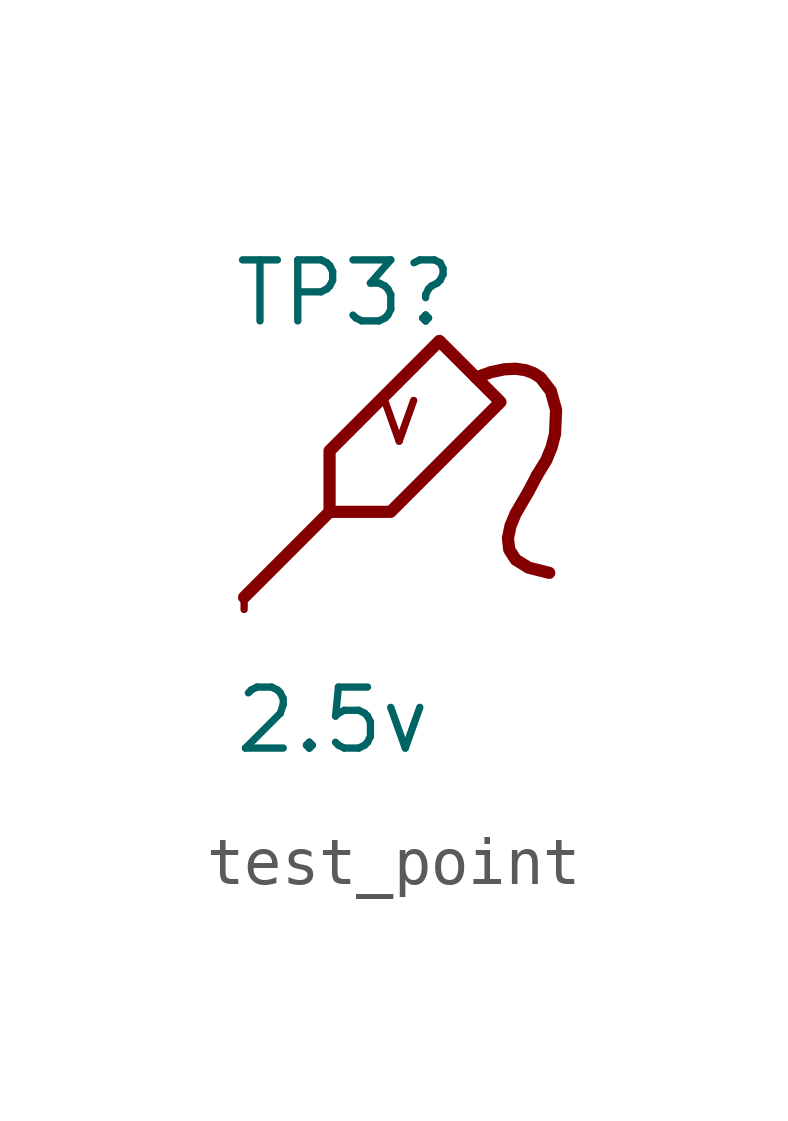
<source format=kicad_sym>
(kicad_symbol_lib
  (version 20241209)
  (generator "kicad_symbol_editor")
  (generator_version "9.0")
  (symbol "test_point"
    (property "Reference" "TP3"
      (at -0.254 5.842 0)
      (effects (font (size 1.27 1.27)) (justify left bottom)))
    (property "Value" "2.5v"
      (at -0.254 -3.048 0)
      (effects (font (size 1.27 1.27)) (justify left bottom)))
    (symbol "test_point_1_0"
      (polyline (pts (xy 0 0.254) (xy 1.778 2.032)) (stroke (width 0.254) (type default)) (fill (type none)))
      (polyline (pts (xy 1.778 3.302) (xy 1.778 2.032) (xy 3.048 2.032) (xy 5.334 4.318) (xy 4.064 5.588) (xy 1.778 3.302)) (stroke (width 0.254) (type default)) (fill (type none)))
      (bezier (pts (xy 4.826 4.826) (xy 6.604 5.588) (xy 6.858 3.81) (xy 6.096 2.794)) (stroke (width 0.254) (type default)) (fill (type none)))
      (bezier (pts (xy 6.096 2.794) (xy 6.096 2.54) (xy 4.572 1.016) (xy 6.35 0.762)) (stroke (width 0.254) (type default)) (fill (type none)))
      (text "v" (at 3.81 4.826 0) (effects (font (size 1.27 1.27)) (justify right top)))
      (pin passive line (at 0 0 90) (length 0.254) (name "T" (effects (font (size 0 0)))) (number "1" (effects (font (size 0 0))))))))
</source>
